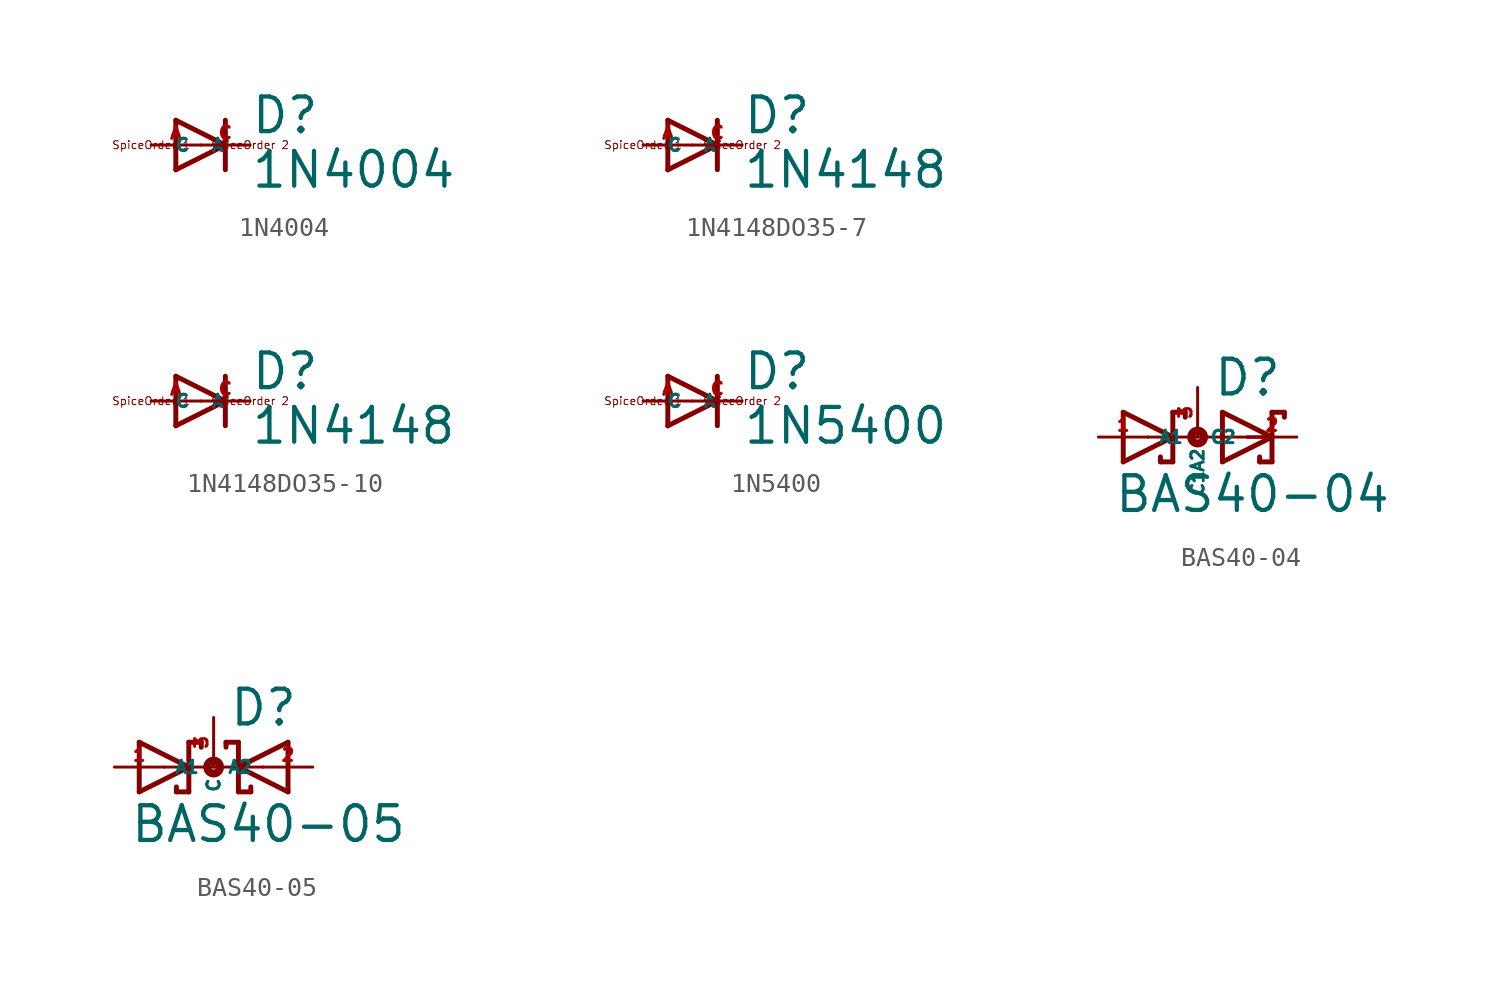
<source format=kicad_sym>
(kicad_symbol_lib
  (version 20220914)
  (generator Eagle2Kicad)
  (symbol "1N4004"
    (property "Reference" "D"
      (at 2.54 0.483 0)
      (effects (font (size 1.778 1.778) (thickness 0.22)) (justify left bottom)))
    (property "Value" "1N4004"
      (at 2.54 -2.311 0)
      (effects (font (size 1.778 1.778) (thickness 0.22)) (justify left bottom)))
    (polyline
      (pts (xy -1.27 -1.27) (xy 1.27 0))
      (stroke (width 0.254) (type default))
      (fill (type none)))
    (polyline
      (pts (xy 1.27 0) (xy -1.27 1.27))
      (stroke (width 0.254) (type default))
      (fill (type none)))
    (polyline
      (pts (xy 1.27 1.27) (xy 1.27 0))
      (stroke (width 0.254) (type default))
      (fill (type none)))
    (polyline
      (pts (xy -1.27 1.27) (xy -1.27 -1.27))
      (stroke (width 0.254) (type default))
      (fill (type none)))
    (polyline
      (pts (xy 1.27 0) (xy 1.27 -1.27))
      (stroke (width 0.254) (type default))
      (fill (type none)))
    (text "SpiceOrder 1"
      (at -2.54 0 0)
      (effects (font (size 0.406 0.406) (thickness 0.05))))
    (text "SpiceOrder 2"
      (at 2.54 0 0)
      (effects (font (size 0.406 0.406) (thickness 0.05))))
    (pin passive line
      (at -2.54 0 0)
      (length 2.54)
      (name "A" (effects (font (size 0.635 0.635) (thickness 0.08)) (justify left bottom)))
      (number "A" (effects (font (size 0.635 0.635) (thickness 0.08)) (justify left bottom))))
    (pin passive line
      (at 2.54 0 180)
      (length 2.54)
      (name "C" (effects (font (size 0.635 0.635) (thickness 0.08)) (justify left bottom)))
      (number "C" (effects (font (size 0.635 0.635) (thickness 0.08)) (justify left bottom)))))
  (symbol "1N4148DO35-7"
    (property "Reference" "D"
      (at 2.54 0.483 0)
      (effects (font (size 1.778 1.778) (thickness 0.22)) (justify left bottom)))
    (property "Value" "1N4148"
      (at 2.54 -2.311 0)
      (effects (font (size 1.778 1.778) (thickness 0.22)) (justify left bottom)))
    (polyline
      (pts (xy -1.27 -1.27) (xy 1.27 0))
      (stroke (width 0.254) (type default))
      (fill (type none)))
    (polyline
      (pts (xy 1.27 0) (xy -1.27 1.27))
      (stroke (width 0.254) (type default))
      (fill (type none)))
    (polyline
      (pts (xy 1.27 1.27) (xy 1.27 0))
      (stroke (width 0.254) (type default))
      (fill (type none)))
    (polyline
      (pts (xy -1.27 1.27) (xy -1.27 -1.27))
      (stroke (width 0.254) (type default))
      (fill (type none)))
    (polyline
      (pts (xy 1.27 0) (xy 1.27 -1.27))
      (stroke (width 0.254) (type default))
      (fill (type none)))
    (text "SpiceOrder 1"
      (at -2.54 0 0)
      (effects (font (size 0.406 0.406) (thickness 0.05))))
    (text "SpiceOrder 2"
      (at 2.54 0 0)
      (effects (font (size 0.406 0.406) (thickness 0.05))))
    (pin passive line
      (at -2.54 0 0)
      (length 2.54)
      (name "A" (effects (font (size 0.635 0.635) (thickness 0.08)) (justify left bottom)))
      (number "A" (effects (font (size 0.635 0.635) (thickness 0.08)) (justify left bottom))))
    (pin passive line
      (at 2.54 0 180)
      (length 2.54)
      (name "C" (effects (font (size 0.635 0.635) (thickness 0.08)) (justify left bottom)))
      (number "C" (effects (font (size 0.635 0.635) (thickness 0.08)) (justify left bottom)))))
  (symbol "1N4148DO35-10"
    (property "Reference" "D"
      (at 2.54 0.483 0)
      (effects (font (size 1.778 1.778) (thickness 0.22)) (justify left bottom)))
    (property "Value" "1N4148"
      (at 2.54 -2.311 0)
      (effects (font (size 1.778 1.778) (thickness 0.22)) (justify left bottom)))
    (polyline
      (pts (xy -1.27 -1.27) (xy 1.27 0))
      (stroke (width 0.254) (type default))
      (fill (type none)))
    (polyline
      (pts (xy 1.27 0) (xy -1.27 1.27))
      (stroke (width 0.254) (type default))
      (fill (type none)))
    (polyline
      (pts (xy 1.27 1.27) (xy 1.27 0))
      (stroke (width 0.254) (type default))
      (fill (type none)))
    (polyline
      (pts (xy -1.27 1.27) (xy -1.27 -1.27))
      (stroke (width 0.254) (type default))
      (fill (type none)))
    (polyline
      (pts (xy 1.27 0) (xy 1.27 -1.27))
      (stroke (width 0.254) (type default))
      (fill (type none)))
    (text "SpiceOrder 1"
      (at -2.54 0 0)
      (effects (font (size 0.406 0.406) (thickness 0.05))))
    (text "SpiceOrder 2"
      (at 2.54 0 0)
      (effects (font (size 0.406 0.406) (thickness 0.05))))
    (pin passive line
      (at -2.54 0 0)
      (length 2.54)
      (name "A" (effects (font (size 0.635 0.635) (thickness 0.08)) (justify left bottom)))
      (number "A" (effects (font (size 0.635 0.635) (thickness 0.08)) (justify left bottom))))
    (pin passive line
      (at 2.54 0 180)
      (length 2.54)
      (name "C" (effects (font (size 0.635 0.635) (thickness 0.08)) (justify left bottom)))
      (number "C" (effects (font (size 0.635 0.635) (thickness 0.08)) (justify left bottom)))))
  (symbol "1N5400"
    (property "Reference" "D"
      (at 2.54 0.483 0)
      (effects (font (size 1.778 1.778) (thickness 0.22)) (justify left bottom)))
    (property "Value" "1N5400"
      (at 2.54 -2.311 0)
      (effects (font (size 1.778 1.778) (thickness 0.22)) (justify left bottom)))
    (polyline
      (pts (xy -1.27 -1.27) (xy 1.27 0))
      (stroke (width 0.254) (type default))
      (fill (type none)))
    (polyline
      (pts (xy 1.27 0) (xy -1.27 1.27))
      (stroke (width 0.254) (type default))
      (fill (type none)))
    (polyline
      (pts (xy 1.27 1.27) (xy 1.27 0))
      (stroke (width 0.254) (type default))
      (fill (type none)))
    (polyline
      (pts (xy -1.27 1.27) (xy -1.27 -1.27))
      (stroke (width 0.254) (type default))
      (fill (type none)))
    (polyline
      (pts (xy 1.27 0) (xy 1.27 -1.27))
      (stroke (width 0.254) (type default))
      (fill (type none)))
    (text "SpiceOrder 1"
      (at -2.54 0 0)
      (effects (font (size 0.406 0.406) (thickness 0.05))))
    (text "SpiceOrder 2"
      (at 2.54 0 0)
      (effects (font (size 0.406 0.406) (thickness 0.05))))
    (pin passive line
      (at -2.54 0 0)
      (length 2.54)
      (name "A" (effects (font (size 0.635 0.635) (thickness 0.08)) (justify left bottom)))
      (number "A" (effects (font (size 0.635 0.635) (thickness 0.08)) (justify left bottom))))
    (pin passive line
      (at 2.54 0 180)
      (length 2.54)
      (name "C" (effects (font (size 0.635 0.635) (thickness 0.08)) (justify left bottom)))
      (number "C" (effects (font (size 0.635 0.635) (thickness 0.08)) (justify left bottom)))))
  (symbol "BAS40-04"
    (property "Reference" "D"
      (at 0.762 2.007 0)
      (effects (font (size 1.778 1.778) (thickness 0.22)) (justify left bottom)))
    (property "Value" "BAS40-04"
      (at -4.318 -3.962 0)
      (effects (font (size 1.778 1.778) (thickness 0.22)) (justify left bottom)))
    (polyline
      (pts (xy -3.81 -1.27) (xy -1.27 0))
      (stroke (width 0.254) (type default))
      (fill (type none)))
    (polyline
      (pts (xy -1.27 0) (xy -3.81 1.27))
      (stroke (width 0.254) (type default))
      (fill (type none)))
    (polyline
      (pts (xy -2.54 0) (xy -1.27 0))
      (stroke (width 0.152) (type default))
      (fill (type none)))
    (polyline
      (pts (xy -3.81 1.27) (xy -3.81 -1.27))
      (stroke (width 0.254) (type default))
      (fill (type none)))
    (polyline
      (pts (xy 1.27 1.27) (xy 3.81 0))
      (stroke (width 0.254) (type default))
      (fill (type none)))
    (polyline
      (pts (xy 3.81 0) (xy 1.27 -1.27))
      (stroke (width 0.254) (type default))
      (fill (type none)))
    (polyline
      (pts (xy 2.54 0) (xy 3.81 0))
      (stroke (width 0.152) (type default))
      (fill (type none)))
    (polyline
      (pts (xy 1.27 -1.27) (xy 1.27 1.27))
      (stroke (width 0.254) (type default))
      (fill (type none)))
    (polyline
      (pts (xy -0.635 1.016) (xy -0.635 1.27))
      (stroke (width 0.254) (type default))
      (fill (type none)))
    (polyline
      (pts (xy -0.635 1.27) (xy -1.27 1.27))
      (stroke (width 0.254) (type default))
      (fill (type none)))
    (polyline
      (pts (xy -1.27 1.27) (xy -1.27 0))
      (stroke (width 0.254) (type default))
      (fill (type none)))
    (polyline
      (pts (xy -1.905 -1.016) (xy -1.905 -1.27))
      (stroke (width 0.254) (type default))
      (fill (type none)))
    (polyline
      (pts (xy -1.27 0) (xy -1.27 -1.27))
      (stroke (width 0.254) (type default))
      (fill (type none)))
    (polyline
      (pts (xy -1.27 -1.27) (xy -1.905 -1.27))
      (stroke (width 0.254) (type default))
      (fill (type none)))
    (polyline
      (pts (xy 3.175 -1.016) (xy 3.175 -1.27))
      (stroke (width 0.254) (type default))
      (fill (type none)))
    (polyline
      (pts (xy 3.175 -1.27) (xy 3.81 -1.27))
      (stroke (width 0.254) (type default))
      (fill (type none)))
    (polyline
      (pts (xy 3.81 -1.27) (xy 3.81 0))
      (stroke (width 0.254) (type default))
      (fill (type none)))
    (polyline
      (pts (xy 4.445 1.016) (xy 4.445 1.27))
      (stroke (width 0.254) (type default))
      (fill (type none)))
    (polyline
      (pts (xy 3.81 0) (xy 3.81 1.27))
      (stroke (width 0.254) (type default))
      (fill (type none)))
    (polyline
      (pts (xy 3.81 1.27) (xy 4.445 1.27))
      (stroke (width 0.254) (type default))
      (fill (type none)))
    (polyline
      (pts (xy -1.27 0) (xy 3.81 0))
      (stroke (width 0.152) (type default))
      (fill (type none)))
    (circle
      (center 0 0)
      (radius 0.127)
      (stroke (width 0.406) (type default))
      (fill (type none)))
    (pin passive line
      (at -5.08 0 0)
      (length 2.54)
      (name "A1" (effects (font (size 0.635 0.635) (thickness 0.08)) (justify left bottom)))
      (number "1" (effects (font (size 0.635 0.635) (thickness 0.08)) (justify left bottom))))
    (pin passive line
      (at 5.08 0 180)
      (length 2.54)
      (name "C2" (effects (font (size 0.635 0.635) (thickness 0.08)) (justify left bottom)))
      (number "2" (effects (font (size 0.635 0.635) (thickness 0.08)) (justify left bottom))))
    (pin passive line
      (at 0 2.54 270)
      (length 2.54)
      (name "C1A2" (effects (font (size 0.635 0.635) (thickness 0.08)) (justify left bottom)))
      (number "3" (effects (font (size 0.635 0.635) (thickness 0.08)) (justify left bottom)))))
  (symbol "BAS40-05"
    (property "Reference" "D"
      (at 0.762 2.007 0)
      (effects (font (size 1.778 1.778) (thickness 0.22)) (justify left bottom)))
    (property "Value" "BAS40-05"
      (at -4.318 -3.962 0)
      (effects (font (size 1.778 1.778) (thickness 0.22)) (justify left bottom)))
    (polyline
      (pts (xy -3.81 -1.27) (xy -1.27 0))
      (stroke (width 0.254) (type default))
      (fill (type none)))
    (polyline
      (pts (xy -1.27 0) (xy -3.81 1.27))
      (stroke (width 0.254) (type default))
      (fill (type none)))
    (polyline
      (pts (xy -2.54 0) (xy -1.27 0))
      (stroke (width 0.152) (type default))
      (fill (type none)))
    (polyline
      (pts (xy -3.81 1.27) (xy -3.81 -1.27))
      (stroke (width 0.254) (type default))
      (fill (type none)))
    (polyline
      (pts (xy 3.81 1.27) (xy 1.27 0))
      (stroke (width 0.254) (type default))
      (fill (type none)))
    (polyline
      (pts (xy 1.27 0) (xy 3.81 -1.27))
      (stroke (width 0.254) (type default))
      (fill (type none)))
    (polyline
      (pts (xy 2.54 0) (xy 1.27 0))
      (stroke (width 0.152) (type default))
      (fill (type none)))
    (polyline
      (pts (xy 3.81 -1.27) (xy 3.81 1.27))
      (stroke (width 0.254) (type default))
      (fill (type none)))
    (polyline
      (pts (xy -0.635 1.016) (xy -0.635 1.27))
      (stroke (width 0.254) (type default))
      (fill (type none)))
    (polyline
      (pts (xy -0.635 1.27) (xy -1.27 1.27))
      (stroke (width 0.254) (type default))
      (fill (type none)))
    (polyline
      (pts (xy -1.27 1.27) (xy -1.27 0))
      (stroke (width 0.254) (type default))
      (fill (type none)))
    (polyline
      (pts (xy -1.905 -1.016) (xy -1.905 -1.27))
      (stroke (width 0.254) (type default))
      (fill (type none)))
    (polyline
      (pts (xy -1.27 0) (xy -1.27 -1.27))
      (stroke (width 0.254) (type default))
      (fill (type none)))
    (polyline
      (pts (xy -1.27 -1.27) (xy -1.905 -1.27))
      (stroke (width 0.254) (type default))
      (fill (type none)))
    (polyline
      (pts (xy 1.905 -1.016) (xy 1.905 -1.27))
      (stroke (width 0.254) (type default))
      (fill (type none)))
    (polyline
      (pts (xy 1.905 -1.27) (xy 1.27 -1.27))
      (stroke (width 0.254) (type default))
      (fill (type none)))
    (polyline
      (pts (xy 1.27 -1.27) (xy 1.27 0))
      (stroke (width 0.254) (type default))
      (fill (type none)))
    (polyline
      (pts (xy 0.635 1.016) (xy 0.635 1.27))
      (stroke (width 0.254) (type default))
      (fill (type none)))
    (polyline
      (pts (xy 1.27 0) (xy 1.27 1.27))
      (stroke (width 0.254) (type default))
      (fill (type none)))
    (polyline
      (pts (xy 1.27 1.27) (xy 0.635 1.27))
      (stroke (width 0.254) (type default))
      (fill (type none)))
    (polyline
      (pts (xy -1.27 0) (xy 1.27 0))
      (stroke (width 0.152) (type default))
      (fill (type none)))
    (circle
      (center 0 0)
      (radius 0.127)
      (stroke (width 0.406) (type default))
      (fill (type none)))
    (pin passive line
      (at -5.08 0 0)
      (length 2.54)
      (name "A1" (effects (font (size 0.635 0.635) (thickness 0.08)) (justify left bottom)))
      (number "1" (effects (font (size 0.635 0.635) (thickness 0.08)) (justify left bottom))))
    (pin passive line
      (at 5.08 0 180)
      (length 2.54)
      (name "A2" (effects (font (size 0.635 0.635) (thickness 0.08)) (justify left bottom)))
      (number "2" (effects (font (size 0.635 0.635) (thickness 0.08)) (justify left bottom))))
    (pin passive line
      (at 0 2.54 270)
      (length 2.54)
      (name "C" (effects (font (size 0.635 0.635) (thickness 0.08)) (justify left bottom)))
      (number "3" (effects (font (size 0.635 0.635) (thickness 0.08)) (justify left bottom))))))
</source>
